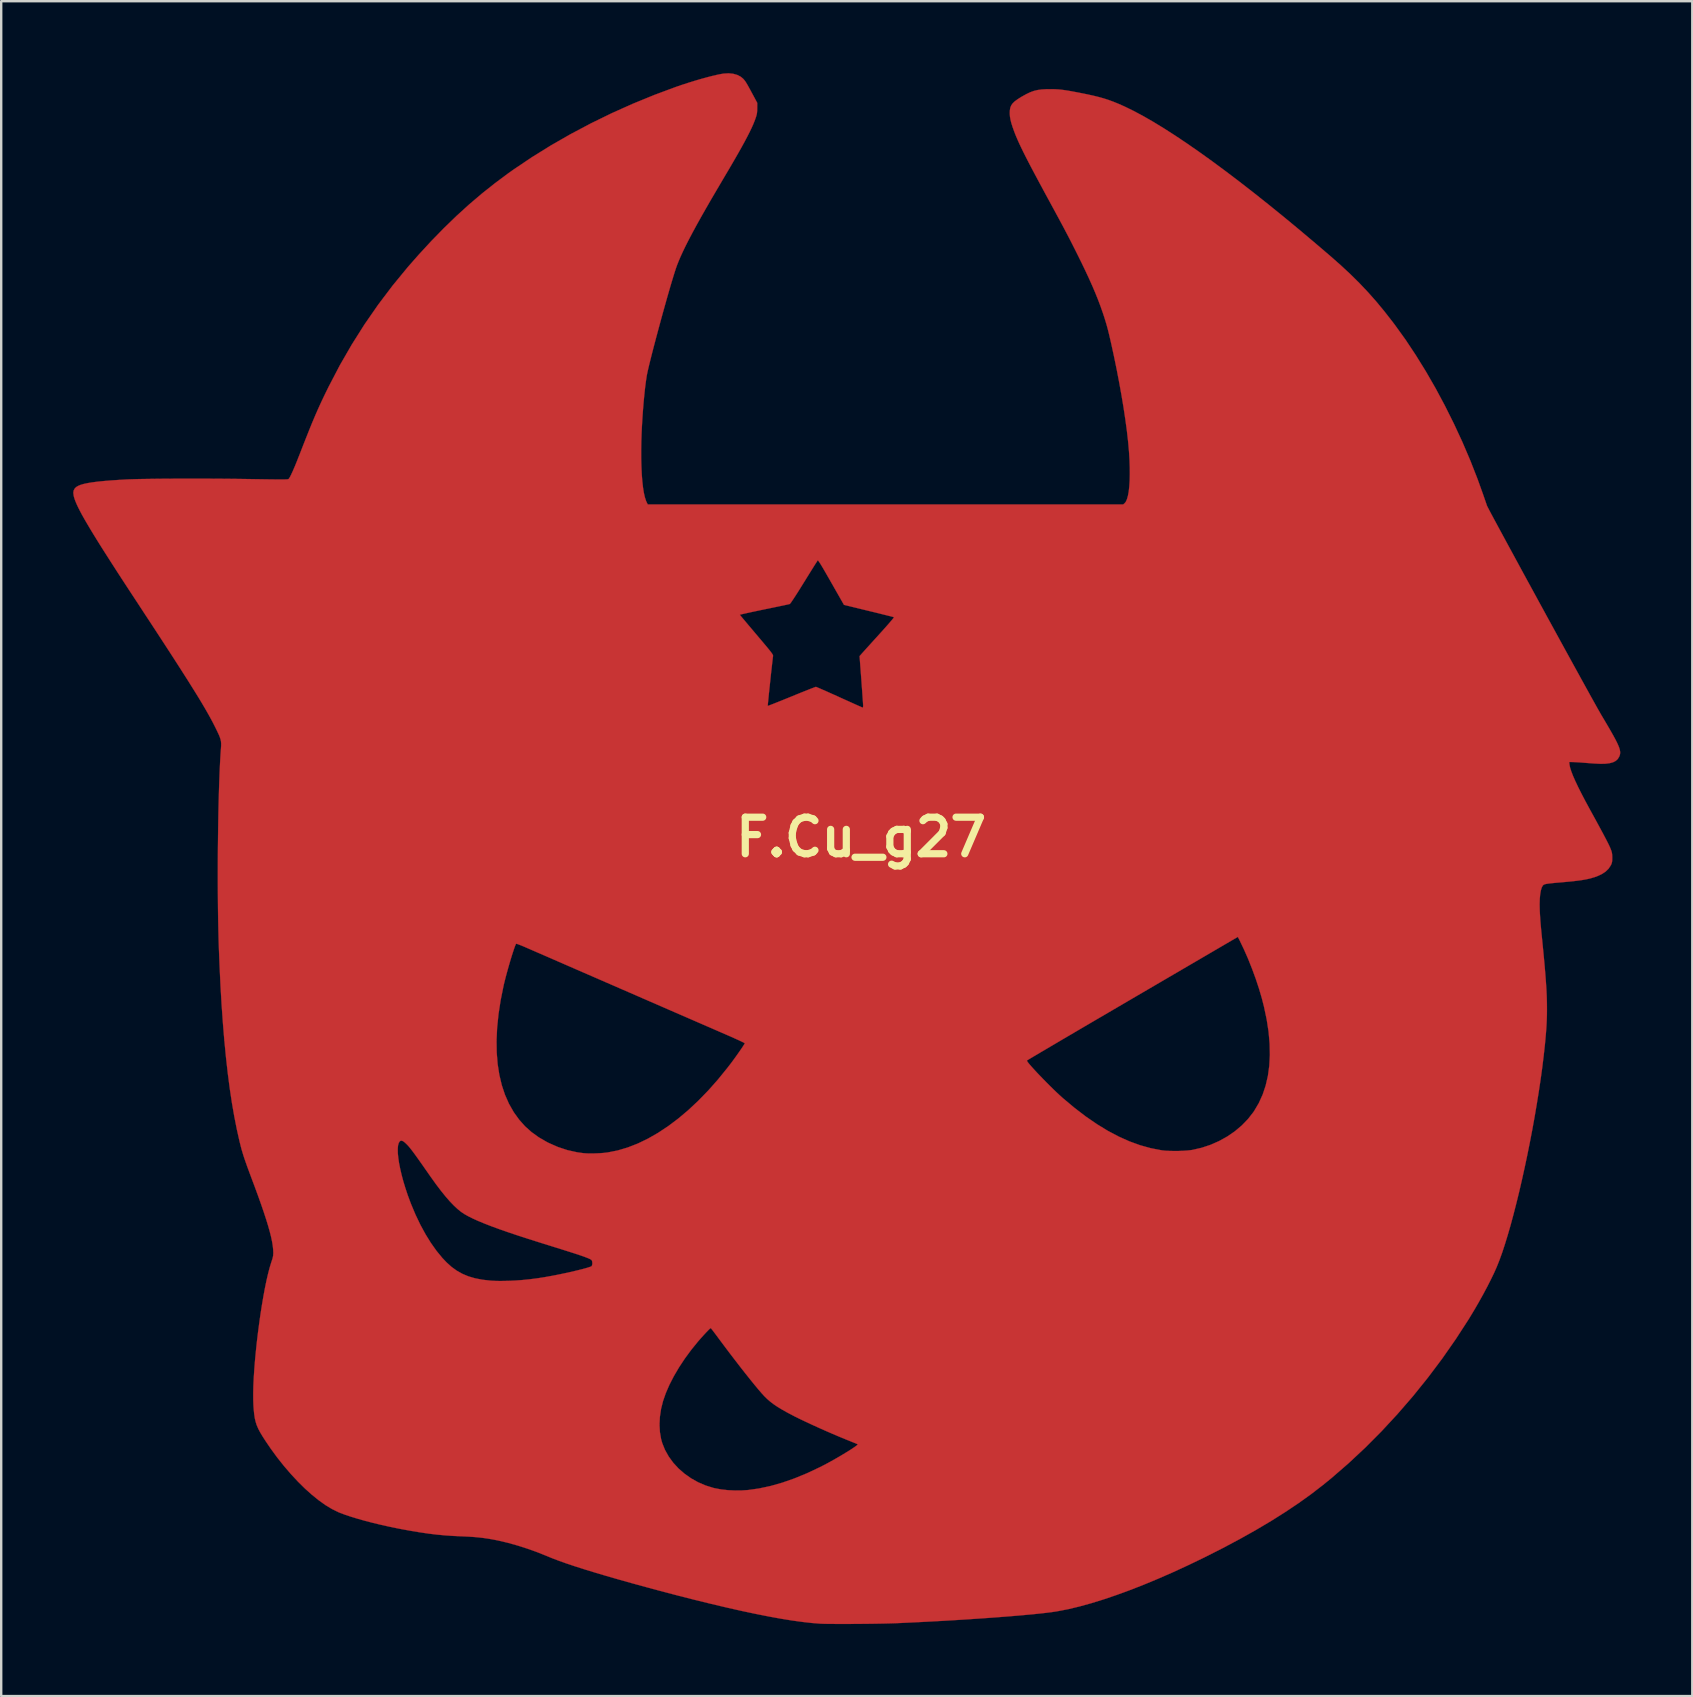
<source format=kicad_pcb>
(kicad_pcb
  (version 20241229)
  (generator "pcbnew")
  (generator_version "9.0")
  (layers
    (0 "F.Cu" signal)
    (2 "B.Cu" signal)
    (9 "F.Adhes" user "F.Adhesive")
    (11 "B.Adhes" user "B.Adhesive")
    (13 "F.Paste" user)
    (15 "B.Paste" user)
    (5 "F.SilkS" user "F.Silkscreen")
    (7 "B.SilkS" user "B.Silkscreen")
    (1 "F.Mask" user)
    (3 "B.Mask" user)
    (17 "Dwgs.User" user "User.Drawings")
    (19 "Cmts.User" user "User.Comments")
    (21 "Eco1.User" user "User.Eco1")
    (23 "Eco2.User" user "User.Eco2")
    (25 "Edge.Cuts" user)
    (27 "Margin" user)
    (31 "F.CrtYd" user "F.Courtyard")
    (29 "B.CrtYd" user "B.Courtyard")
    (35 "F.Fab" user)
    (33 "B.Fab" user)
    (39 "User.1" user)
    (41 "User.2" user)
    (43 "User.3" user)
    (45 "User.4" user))
  (footprint "F.Cu_g27"
    (layer "F.Cu")
    (at 32.827 31.831)
    (property "Reference" "F.Cu_g27" (at 0 0 0) (layer "F.SilkS") (effects (font (size 1.524 1.524) (thickness 0.3))))
    (attr through_hole)
    (fp_poly (pts (xy -5.335 -31.808) (xy -5.164 -31.76) (xy -5.017 -31.685) (xy -4.921 -31.606) (xy -4.888 -31.57) (xy -4.856 -31.532) (xy -4.823 -31.487) (xy -4.786 -31.43) (xy -4.742 -31.356) (xy -4.688 -31.26) (xy -4.62 -31.137) (xy -4.537 -30.982) (xy -4.517 -30.946) (xy -4.329 -30.596) (xy -4.33 -30.374) (xy -4.332 -30.262) (xy -4.339 -30.174) (xy -4.355 -30.093) (xy -4.382 -30.001) (xy -4.399 -29.951) (xy -4.444 -29.828) (xy -4.499 -29.694) (xy -4.566 -29.546) (xy -4.645 -29.381) (xy -4.739 -29.197) (xy -4.847 -28.992) (xy -4.972 -28.764) (xy -5.115 -28.51) (xy -5.277 -28.228) (xy -5.458 -27.916) (xy -5.662 -27.571) (xy -5.725 -27.464) (xy -5.995 -27.006) (xy -6.243 -26.583) (xy -6.469 -26.191) (xy -6.674 -25.83) (xy -6.859 -25.497) (xy -7.025 -25.191) (xy -7.173 -24.91) (xy -7.304 -24.653) (xy -7.418 -24.418) (xy -7.517 -24.203) (xy -7.601 -24.006) (xy -7.672 -23.827) (xy -7.716 -23.702) (xy -7.763 -23.558) (xy -7.818 -23.382) (xy -7.88 -23.178) (xy -7.948 -22.95) (xy -8.02 -22.701) (xy -8.096 -22.436) (xy -8.174 -22.158) (xy -8.254 -21.872) (xy -8.334 -21.581) (xy -8.413 -21.289) (xy -8.491 -21.001) (xy -8.566 -20.719) (xy -8.637 -20.449) (xy -8.703 -20.194) (xy -8.763 -19.957) (xy -8.816 -19.743) (xy -8.861 -19.556) (xy -8.897 -19.399) (xy -8.922 -19.277) (xy -8.932 -19.226) (xy -8.967 -18.99) (xy -9.002 -18.719) (xy -9.034 -18.418) (xy -9.065 -18.095) (xy -9.092 -17.756) (xy -9.116 -17.408) (xy -9.136 -17.056) (xy -9.144 -16.891) (xy -9.158 -16.498) (xy -9.164 -16.121) (xy -9.163 -15.763) (xy -9.154 -15.427) (xy -9.139 -15.116) (xy -9.117 -14.832) (xy -9.088 -14.577) (xy -9.053 -14.355) (xy -9.011 -14.168) (xy -8.963 -14.019) (xy -8.933 -13.951) (xy -8.889 -13.864) (xy 10.916 -13.864) (xy 10.971 -13.907) (xy 11.028 -13.975) (xy 11.076 -14.083) (xy 11.117 -14.227) (xy 11.15 -14.405) (xy 11.173 -14.615) (xy 11.189 -14.854) (xy 11.195 -15.119) (xy 11.193 -15.41) (xy 11.182 -15.721) (xy 11.162 -16.053) (xy 11.132 -16.401) (xy 11.122 -16.499) (xy 11.073 -16.93) (xy 11.01 -17.394) (xy 10.936 -17.888) (xy 10.85 -18.404) (xy 10.754 -18.937) (xy 10.649 -19.483) (xy 10.536 -20.034) (xy 10.423 -20.553) (xy 10.369 -20.788) (xy 10.321 -20.991) (xy 10.276 -21.17) (xy 10.231 -21.335) (xy 10.184 -21.494) (xy 10.133 -21.658) (xy 10.075 -21.834) (xy 10.062 -21.87) (xy 9.969 -22.136) (xy 9.867 -22.405) (xy 9.755 -22.683) (xy 9.631 -22.974) (xy 9.493 -23.282) (xy 9.338 -23.614) (xy 9.165 -23.973) (xy 9.024 -24.257) (xy 8.943 -24.42) (xy 8.867 -24.57) (xy 8.796 -24.711) (xy 8.727 -24.847) (xy 8.658 -24.981) (xy 8.586 -25.118) (xy 8.51 -25.263) (xy 8.428 -25.418) (xy 8.337 -25.588) (xy 8.235 -25.778) (xy 8.12 -25.99) (xy 7.99 -26.23) (xy 7.843 -26.501) (xy 7.768 -26.638) (xy 7.57 -27.004) (xy 7.392 -27.335) (xy 7.232 -27.634) (xy 7.089 -27.904) (xy 6.962 -28.148) (xy 6.849 -28.368) (xy 6.75 -28.566) (xy 6.663 -28.745) (xy 6.586 -28.908) (xy 6.519 -29.057) (xy 6.46 -29.194) (xy 6.408 -29.323) (xy 6.375 -29.411) (xy 6.307 -29.6) (xy 6.257 -29.76) (xy 6.223 -29.898) (xy 6.202 -30.021) (xy 6.194 -30.139) (xy 6.193 -30.163) (xy 6.198 -30.288) (xy 6.216 -30.395) (xy 6.253 -30.488) (xy 6.313 -30.574) (xy 6.399 -30.657) (xy 6.516 -30.743) (xy 6.667 -30.839) (xy 6.696 -30.856) (xy 6.879 -30.958) (xy 7.042 -31.036) (xy 7.198 -31.093) (xy 7.357 -31.131) (xy 7.53 -31.154) (xy 7.728 -31.165) (xy 7.853 -31.166) (xy 7.984 -31.165) (xy 8.103 -31.162) (xy 8.218 -31.155) (xy 8.335 -31.144) (xy 8.461 -31.128) (xy 8.602 -31.107) (xy 8.765 -31.078) (xy 8.958 -31.042) (xy 9.144 -31.006) (xy 9.432 -30.948) (xy 9.685 -30.892) (xy 9.912 -30.836) (xy 10.121 -30.777) (xy 10.319 -30.713) (xy 10.514 -30.641) (xy 10.715 -30.559) (xy 10.928 -30.465) (xy 10.986 -30.439) (xy 11.35 -30.261) (xy 11.742 -30.052) (xy 12.16 -29.812) (xy 12.604 -29.541) (xy 13.072 -29.241) (xy 13.564 -28.912) (xy 14.079 -28.555) (xy 14.617 -28.169) (xy 15.176 -27.756) (xy 15.756 -27.316) (xy 16.356 -26.85) (xy 16.975 -26.358) (xy 17.613 -25.841) (xy 18.268 -25.299) (xy 18.94 -24.733) (xy 19.569 -24.195) (xy 19.996 -23.818) (xy 20.391 -23.45) (xy 20.762 -23.083) (xy 21.114 -22.711) (xy 21.456 -22.325) (xy 21.793 -21.918) (xy 22.133 -21.483) (xy 22.244 -21.336) (xy 22.682 -20.728) (xy 23.111 -20.082) (xy 23.531 -19.403) (xy 23.937 -18.698) (xy 24.327 -17.969) (xy 24.699 -17.223) (xy 25.051 -16.464) (xy 25.379 -15.697) (xy 25.681 -14.926) (xy 25.907 -14.298) (xy 25.951 -14.17) (xy 25.993 -14.049) (xy 26.03 -13.942) (xy 26.059 -13.859) (xy 26.075 -13.811) (xy 26.09 -13.78) (xy 26.124 -13.714) (xy 26.175 -13.615) (xy 26.244 -13.485) (xy 26.329 -13.326) (xy 26.429 -13.14) (xy 26.543 -12.929) (xy 26.669 -12.696) (xy 26.807 -12.441) (xy 26.955 -12.167) (xy 27.113 -11.877) (xy 27.279 -11.572) (xy 27.451 -11.254) (xy 27.63 -10.925) (xy 27.814 -10.588) (xy 28.002 -10.244) (xy 28.192 -9.895) (xy 28.384 -9.544) (xy 28.576 -9.192) (xy 28.768 -8.842) (xy 28.958 -8.495) (xy 29.145 -8.153) (xy 29.328 -7.819) (xy 29.506 -7.495) (xy 29.678 -7.182) (xy 29.843 -6.882) (xy 29.999 -6.598) (xy 30.146 -6.332) (xy 30.282 -6.086) (xy 30.406 -5.861) (xy 30.518 -5.66) (xy 30.616 -5.485) (xy 30.698 -5.337) (xy 30.765 -5.22) (xy 30.814 -5.134) (xy 30.833 -5.101) (xy 30.993 -4.832) (xy 31.132 -4.595) (xy 31.251 -4.389) (xy 31.351 -4.211) (xy 31.434 -4.058) (xy 31.5 -3.926) (xy 31.55 -3.814) (xy 31.587 -3.719) (xy 31.61 -3.638) (xy 31.622 -3.567) (xy 31.624 -3.505) (xy 31.616 -3.448) (xy 31.6 -3.394) (xy 31.583 -3.354) (xy 31.524 -3.258) (xy 31.44 -3.181) (xy 31.33 -3.124) (xy 31.19 -3.085) (xy 31.018 -3.063) (xy 30.812 -3.058) (xy 30.577 -3.069) (xy 30.437 -3.079) (xy 30.285 -3.09) (xy 30.138 -3.101) (xy 30.014 -3.111) (xy 30.004 -3.112) (xy 29.89 -3.12) (xy 29.777 -3.126) (xy 29.681 -3.131) (xy 29.625 -3.132) (xy 29.501 -3.133) (xy 29.514 -3.014) (xy 29.538 -2.898) (xy 29.586 -2.747) (xy 29.657 -2.563) (xy 29.752 -2.346) (xy 29.87 -2.097) (xy 30.011 -1.816) (xy 30.174 -1.504) (xy 30.352 -1.175) (xy 30.512 -0.884) (xy 30.652 -0.628) (xy 30.773 -0.404) (xy 30.878 -0.21) (xy 30.967 -0.043) (xy 31.041 0.098) (xy 31.101 0.216) (xy 31.15 0.314) (xy 31.187 0.394) (xy 31.215 0.457) (xy 31.215 0.458) (xy 31.253 0.554) (xy 31.276 0.629) (xy 31.288 0.702) (xy 31.293 0.789) (xy 31.294 0.847) (xy 31.293 0.947) (xy 31.287 1.019) (xy 31.274 1.077) (xy 31.252 1.134) (xy 31.236 1.168) (xy 31.142 1.311) (xy 31.01 1.438) (xy 30.839 1.547) (xy 30.631 1.64) (xy 30.39 1.714) (xy 30.277 1.74) (xy 30.157 1.764) (xy 30.023 1.787) (xy 29.872 1.808) (xy 29.697 1.829) (xy 29.493 1.85) (xy 29.255 1.872) (xy 29.116 1.884) (xy 28.93 1.9) (xy 28.781 1.915) (xy 28.665 1.928) (xy 28.577 1.94) (xy 28.512 1.953) (xy 28.466 1.967) (xy 28.434 1.984) (xy 28.411 2.003) (xy 28.401 2.015) (xy 28.355 2.101) (xy 28.318 2.225) (xy 28.291 2.384) (xy 28.274 2.575) (xy 28.268 2.794) (xy 28.273 3.039) (xy 28.278 3.143) (xy 28.284 3.239) (xy 28.289 3.323) (xy 28.294 3.402) (xy 28.299 3.48) (xy 28.306 3.561) (xy 28.313 3.651) (xy 28.323 3.755) (xy 28.334 3.877) (xy 28.348 4.023) (xy 28.366 4.198) (xy 28.386 4.407) (xy 28.404 4.583) (xy 28.445 5.005) (xy 28.48 5.39) (xy 28.509 5.741) (xy 28.533 6.064) (xy 28.552 6.363) (xy 28.565 6.642) (xy 28.572 6.906) (xy 28.574 7.159) (xy 28.572 7.405) (xy 28.564 7.649) (xy 28.551 7.896) (xy 28.533 8.149) (xy 28.51 8.414) (xy 28.489 8.636) (xy 28.438 9.102) (xy 28.379 9.587) (xy 28.31 10.088) (xy 28.233 10.601) (xy 28.149 11.123) (xy 28.059 11.652) (xy 27.963 12.183) (xy 27.861 12.713) (xy 27.755 13.24) (xy 27.645 13.76) (xy 27.532 14.271) (xy 27.417 14.768) (xy 27.299 15.249) (xy 27.181 15.71) (xy 27.063 16.148) (xy 26.944 16.561) (xy 26.827 16.944) (xy 26.712 17.295) (xy 26.598 17.611) (xy 26.488 17.887) (xy 26.48 17.907) (xy 26.369 18.156) (xy 26.235 18.433) (xy 26.084 18.73) (xy 25.918 19.041) (xy 25.74 19.36) (xy 25.555 19.68) (xy 25.366 19.994) (xy 25.309 20.087) (xy 24.773 20.914) (xy 24.207 21.725) (xy 23.612 22.517) (xy 22.992 23.287) (xy 22.348 24.031) (xy 21.684 24.748) (xy 21.002 25.434) (xy 20.305 26.085) (xy 19.596 26.7) (xy 19.236 26.993) (xy 18.747 27.37) (xy 18.225 27.744) (xy 17.668 28.117) (xy 17.077 28.49) (xy 16.448 28.863) (xy 15.781 29.237) (xy 15.075 29.613) (xy 14.329 29.991) (xy 14.235 30.037) (xy 13.604 30.341) (xy 12.983 30.627) (xy 12.375 30.893) (xy 11.781 31.14) (xy 11.203 31.366) (xy 10.645 31.57) (xy 10.107 31.753) (xy 9.593 31.912) (xy 9.105 32.047) (xy 8.645 32.158) (xy 8.214 32.242) (xy 8.123 32.258) (xy 7.941 32.285) (xy 7.719 32.313) (xy 7.461 32.342) (xy 7.17 32.372) (xy 6.847 32.402) (xy 6.497 32.433) (xy 6.121 32.464) (xy 5.723 32.495) (xy 5.306 32.526) (xy 4.872 32.556) (xy 4.424 32.586) (xy 3.966 32.615) (xy 3.5 32.643) (xy 3.029 32.669) (xy 2.555 32.694) (xy 2.083 32.717) (xy 1.614 32.739) (xy 1.45 32.746) (xy 1.297 32.751) (xy 1.115 32.756) (xy 0.909 32.761) (xy 0.683 32.765) (xy 0.443 32.769) (xy 0.193 32.772) (xy -0.062 32.774) (xy -0.316 32.776) (xy -0.564 32.777) (xy -0.802 32.777) (xy -1.025 32.777) (xy -1.228 32.775) (xy -1.406 32.774) (xy -1.553 32.771) (xy -1.665 32.767) (xy -1.702 32.765) (xy -2.055 32.737) (xy -2.446 32.693) (xy -2.876 32.634) (xy -3.344 32.558) (xy -3.85 32.466) (xy -4.394 32.358) (xy -4.976 32.235) (xy -5.595 32.095) (xy -6.252 31.94) (xy -6.945 31.77) (xy -7.675 31.584) (xy -8.441 31.382) (xy -8.932 31.249) (xy -9.536 31.084) (xy -10.098 30.926) (xy -10.619 30.776) (xy -11.099 30.633) (xy -11.537 30.499) (xy -11.934 30.372) (xy -12.289 30.253) (xy -12.604 30.141) (xy -12.877 30.037) (xy -13.069 29.958) (xy -13.474 29.795) (xy -13.894 29.644) (xy -14.317 29.509) (xy -14.733 29.393) (xy -15.132 29.299) (xy -15.315 29.263) (xy -15.521 29.227) (xy -15.716 29.198) (xy -15.909 29.175) (xy -16.111 29.156) (xy -16.333 29.141) (xy -16.583 29.129) (xy -16.681 29.125) (xy -17.019 29.109) (xy -17.348 29.086) (xy -17.677 29.055) (xy -18.012 29.015) (xy -18.361 28.964) (xy -18.733 28.903) (xy -19.134 28.83) (xy -19.315 28.795) (xy -19.66 28.724) (xy -20.003 28.647) (xy -20.337 28.567) (xy -20.657 28.484) (xy -20.959 28.399) (xy -21.236 28.315) (xy -21.485 28.233) (xy -21.699 28.153) (xy -21.787 28.117) (xy -22.047 27.989) (xy -22.318 27.825) (xy -22.598 27.625) (xy -22.885 27.393) (xy -23.176 27.132) (xy -23.468 26.843) (xy -23.759 26.53) (xy -24.047 26.195) (xy -24.328 25.841) (xy -24.6 25.469) (xy -24.812 25.157) (xy -24.937 24.963) (xy -25.038 24.794) (xy -25.118 24.642) (xy -25.18 24.497) (xy -25.189 24.469) (xy -8.401 24.469) (xy -8.384 24.779) (xy -8.334 25.072) (xy -8.287 25.24) (xy -8.171 25.528) (xy -8.017 25.802) (xy -7.829 26.06) (xy -7.61 26.299) (xy -7.362 26.515) (xy -7.089 26.708) (xy -6.795 26.873) (xy -6.482 27.008) (xy -6.153 27.11) (xy -6.085 27.126) (xy -5.832 27.173) (xy -5.552 27.204) (xy -5.258 27.218) (xy -4.963 27.215) (xy -4.717 27.199) (xy -4.256 27.134) (xy -3.779 27.032) (xy -3.286 26.892) (xy -2.779 26.715) (xy -2.258 26.501) (xy -1.725 26.25) (xy -1.545 26.158) (xy -1.397 26.08) (xy -1.241 25.994) (xy -1.081 25.904) (xy -0.922 25.812) (xy -0.767 25.72) (xy -0.62 25.63) (xy -0.485 25.547) (xy -0.367 25.471) (xy -0.27 25.405) (xy -0.197 25.352) (xy -0.153 25.315) (xy -0.141 25.295) (xy -0.142 25.294) (xy -0.167 25.281) (xy -0.224 25.256) (xy -0.303 25.224) (xy -0.392 25.188) (xy -0.638 25.089) (xy -0.905 24.979) (xy -1.187 24.859) (xy -1.474 24.734) (xy -1.761 24.606) (xy -2.041 24.479) (xy -2.305 24.356) (xy -2.547 24.241) (xy -2.759 24.136) (xy -2.832 24.098) (xy -3.081 23.967) (xy -3.295 23.846) (xy -3.481 23.734) (xy -3.642 23.625) (xy -3.786 23.516) (xy -3.916 23.403) (xy -4.038 23.283) (xy -4.146 23.164) (xy -4.286 23.001) (xy -4.446 22.808) (xy -4.625 22.587) (xy -4.819 22.344) (xy -5.025 22.081) (xy -5.24 21.803) (xy -5.461 21.514) (xy -5.685 21.217) (xy -5.909 20.917) (xy -5.967 20.839) (xy -6.049 20.728) (xy -6.123 20.63) (xy -6.185 20.548) (xy -6.232 20.489) (xy -6.259 20.456) (xy -6.264 20.452) (xy -6.286 20.464) (xy -6.331 20.504) (xy -6.395 20.568) (xy -6.475 20.651) (xy -6.566 20.75) (xy -6.665 20.86) (xy -6.767 20.977) (xy -6.786 20.998) (xy -7.075 21.353) (xy -7.342 21.716) (xy -7.584 22.082) (xy -7.799 22.447) (xy -7.984 22.806) (xy -8.136 23.156) (xy -8.252 23.488) (xy -8.335 23.818) (xy -8.384 24.147) (xy -8.401 24.469) (xy -25.189 24.469) (xy -25.227 24.353) (xy -25.262 24.2) (xy -25.287 24.029) (xy -25.306 23.834) (xy -25.317 23.686) (xy -25.326 23.44) (xy -25.327 23.161) (xy -25.32 22.853) (xy -25.304 22.52) (xy -25.281 22.167) (xy -25.252 21.797) (xy -25.216 21.416) (xy -25.175 21.028) (xy -25.128 20.636) (xy -25.077 20.247) (xy -25.023 19.863) (xy -24.964 19.489) (xy -24.903 19.13) (xy -24.84 18.79) (xy -24.775 18.474) (xy -24.708 18.185) (xy -24.641 17.929) (xy -24.574 17.71) (xy -24.555 17.653) (xy -24.518 17.536) (xy -24.497 17.436) (xy -24.49 17.331) (xy -24.49 17.314) (xy -24.496 17.175) (xy -24.513 17.018) (xy -24.542 16.843) (xy -24.583 16.647) (xy -24.639 16.427) (xy -24.708 16.182) (xy -24.792 15.91) (xy -24.891 15.608) (xy -25.005 15.276) (xy -25.136 14.909) (xy -25.284 14.507) (xy -25.343 14.351) (xy -25.437 14.099) (xy -25.518 13.881) (xy -25.587 13.693) (xy -25.645 13.528) (xy -25.695 13.384) (xy -25.738 13.253) (xy -25.775 13.131) (xy -25.809 13.014) (xy -25.815 12.991) (xy -19.306 12.991) (xy -19.303 13.16) (xy -19.284 13.355) (xy -19.252 13.573) (xy -19.205 13.811) (xy -19.146 14.066) (xy -19.074 14.335) (xy -18.989 14.614) (xy -18.894 14.901) (xy -18.787 15.191) (xy -18.752 15.282) (xy -18.565 15.728) (xy -18.363 16.149) (xy -18.149 16.542) (xy -17.924 16.905) (xy -17.69 17.235) (xy -17.45 17.527) (xy -17.269 17.718) (xy -17.061 17.905) (xy -16.843 18.062) (xy -16.61 18.192) (xy -16.359 18.297) (xy -16.084 18.377) (xy -15.781 18.436) (xy -15.445 18.474) (xy -15.391 18.478) (xy -15.229 18.486) (xy -15.036 18.489) (xy -14.822 18.486) (xy -14.598 18.48) (xy -14.374 18.468) (xy -14.16 18.453) (xy -14.065 18.444) (xy -13.831 18.42) (xy -13.615 18.394) (xy -13.404 18.364) (xy -13.183 18.329) (xy -12.939 18.285) (xy -12.89 18.277) (xy -12.7 18.24) (xy -12.503 18.2) (xy -12.305 18.158) (xy -12.11 18.115) (xy -11.923 18.071) (xy -11.749 18.029) (xy -11.591 17.989) (xy -11.456 17.952) (xy -11.348 17.919) (xy -11.271 17.893) (xy -11.23 17.873) (xy -11.227 17.87) (xy -11.207 17.827) (xy -11.198 17.761) (xy -11.202 17.691) (xy -11.218 17.635) (xy -11.224 17.625) (xy -11.248 17.603) (xy -11.294 17.576) (xy -11.364 17.544) (xy -11.46 17.506) (xy -11.584 17.46) (xy -11.739 17.407) (xy -11.927 17.345) (xy -12.152 17.273) (xy -12.414 17.19) (xy -12.523 17.156) (xy -12.664 17.112) (xy -12.828 17.061) (xy -13.006 17.005) (xy -13.189 16.948) (xy -13.369 16.892) (xy -13.4 16.882) (xy -13.881 16.73) (xy -14.321 16.587) (xy -14.722 16.452) (xy -15.086 16.325) (xy -15.412 16.205) (xy -15.702 16.092) (xy -15.958 15.986) (xy -16.179 15.886) (xy -16.369 15.791) (xy -16.527 15.702) (xy -16.654 15.617) (xy -16.669 15.607) (xy -16.82 15.484) (xy -16.978 15.336) (xy -17.144 15.162) (xy -17.319 14.96) (xy -17.507 14.727) (xy -17.709 14.46) (xy -17.926 14.158) (xy -18.006 14.044) (xy -18.165 13.816) (xy -18.302 13.62) (xy -18.42 13.453) (xy -18.521 13.312) (xy -18.606 13.194) (xy -18.679 13.096) (xy -18.741 13.015) (xy -18.794 12.948) (xy -18.841 12.891) (xy -18.884 12.843) (xy -18.912 12.813) (xy -19.005 12.724) (xy -19.079 12.667) (xy -19.138 12.643) (xy -19.187 12.648) (xy -19.223 12.673) (xy -19.267 12.744) (xy -19.295 12.851) (xy -19.306 12.991) (xy -25.815 12.991) (xy -25.841 12.896) (xy -25.872 12.771) (xy -25.898 12.668) (xy -26.01 12.169) (xy -26.115 11.638) (xy -26.213 11.075) (xy -26.303 10.48) (xy -26.385 9.85) (xy -26.46 9.186) (xy -26.528 8.485) (xy -26.531 8.459) (xy -15.19 8.459) (xy -15.183 8.964) (xy -15.145 9.444) (xy -15.074 9.898) (xy -14.972 10.327) (xy -14.839 10.728) (xy -14.674 11.102) (xy -14.477 11.449) (xy -14.462 11.472) (xy -14.244 11.773) (xy -14.002 12.044) (xy -13.731 12.286) (xy -13.429 12.504) (xy -13.092 12.699) (xy -13.028 12.732) (xy -12.636 12.905) (xy -12.234 13.038) (xy -11.824 13.129) (xy -11.557 13.165) (xy -11.423 13.174) (xy -11.26 13.177) (xy -11.08 13.174) (xy -10.897 13.166) (xy -10.722 13.153) (xy -10.57 13.135) (xy -10.556 13.133) (xy -10.143 13.051) (xy -9.726 12.927) (xy -9.306 12.764) (xy -8.884 12.56) (xy -8.461 12.318) (xy -8.038 12.038) (xy -7.616 11.72) (xy -7.196 11.366) (xy -6.78 10.976) (xy -6.368 10.552) (xy -5.962 10.093) (xy -5.563 9.601) (xy -5.407 9.398) (xy -5.338 9.305) (xy 6.907 9.305) (xy 6.917 9.333) (xy 6.954 9.386) (xy 7.016 9.463) (xy 7.099 9.558) (xy 7.2 9.67) (xy 7.315 9.795) (xy 7.442 9.928) (xy 7.577 10.068) (xy 7.717 10.211) (xy 7.859 10.353) (xy 8 10.492) (xy 8.136 10.623) (xy 8.265 10.743) (xy 8.383 10.85) (xy 8.412 10.876) (xy 8.89 11.276) (xy 9.36 11.636) (xy 9.823 11.954) (xy 10.28 12.233) (xy 10.732 12.472) (xy 11.179 12.672) (xy 11.623 12.833) (xy 12.065 12.956) (xy 12.504 13.041) (xy 12.552 13.048) (xy 12.688 13.062) (xy 12.854 13.07) (xy 13.039 13.073) (xy 13.231 13.072) (xy 13.42 13.065) (xy 13.594 13.053) (xy 13.742 13.037) (xy 13.801 13.028) (xy 14.187 12.939) (xy 14.56 12.815) (xy 14.918 12.657) (xy 15.256 12.469) (xy 15.572 12.252) (xy 15.861 12.008) (xy 16.12 11.74) (xy 16.345 11.45) (xy 16.374 11.407) (xy 16.568 11.078) (xy 16.729 10.724) (xy 16.855 10.346) (xy 16.948 9.944) (xy 17.006 9.519) (xy 17.03 9.071) (xy 17.02 8.601) (xy 16.977 8.11) (xy 16.898 7.597) (xy 16.786 7.065) (xy 16.698 6.72) (xy 16.581 6.321) (xy 16.444 5.906) (xy 16.29 5.486) (xy 16.126 5.074) (xy 15.953 4.68) (xy 15.779 4.316) (xy 15.767 4.293) (xy 15.695 4.152) (xy 11.304 6.718) (xy 10.906 6.951) (xy 10.518 7.178) (xy 10.141 7.399) (xy 9.776 7.612) (xy 9.426 7.817) (xy 9.092 8.013) (xy 8.776 8.199) (xy 8.478 8.373) (xy 8.202 8.536) (xy 7.948 8.686) (xy 7.717 8.822) (xy 7.512 8.942) (xy 7.334 9.048) (xy 7.185 9.136) (xy 7.066 9.207) (xy 6.979 9.259) (xy 6.925 9.292) (xy 6.907 9.305) (xy 6.907 9.305) (xy -5.338 9.305) (xy -5.327 9.29) (xy -5.243 9.174) (xy -5.158 9.055) (xy -5.077 8.939) (xy -5.002 8.831) (xy -4.938 8.736) (xy -4.889 8.659) (xy -4.857 8.607) (xy -4.847 8.584) (xy -4.866 8.571) (xy -4.92 8.543) (xy -5.004 8.502) (xy -5.115 8.45) (xy -5.249 8.39) (xy -5.401 8.321) (xy -5.568 8.248) (xy -5.646 8.214) (xy -5.84 8.13) (xy -6.04 8.043) (xy -6.238 7.956) (xy -6.428 7.874) (xy -6.601 7.799) (xy -6.75 7.734) (xy -6.868 7.683) (xy -6.869 7.682) (xy -6.98 7.634) (xy -7.124 7.571) (xy -7.298 7.496) (xy -7.499 7.408) (xy -7.724 7.311) (xy -7.969 7.204) (xy -8.231 7.09) (xy -8.508 6.969) (xy -8.796 6.844) (xy -9.093 6.715) (xy -9.394 6.583) (xy -9.698 6.451) (xy -10 6.32) (xy -10.297 6.19) (xy -10.588 6.064) (xy -10.868 5.942) (xy -11.134 5.826) (xy -11.383 5.718) (xy -11.613 5.618) (xy -11.82 5.528) (xy -12 5.449) (xy -12.152 5.383) (xy -12.271 5.331) (xy -12.355 5.295) (xy -12.361 5.292) (xy -12.627 5.176) (xy -12.857 5.076) (xy -13.055 4.989) (xy -13.226 4.915) (xy -13.372 4.851) (xy -13.498 4.797) (xy -13.607 4.749) (xy -13.702 4.708) (xy -13.787 4.671) (xy -13.867 4.636) (xy -13.944 4.603) (xy -14.021 4.569) (xy -14.132 4.522) (xy -14.229 4.484) (xy -14.306 4.455) (xy -14.357 4.44) (xy -14.374 4.439) (xy -14.394 4.475) (xy -14.423 4.547) (xy -14.46 4.65) (xy -14.503 4.779) (xy -14.551 4.929) (xy -14.602 5.095) (xy -14.654 5.271) (xy -14.706 5.453) (xy -14.757 5.636) (xy -14.805 5.814) (xy -14.848 5.983) (xy -14.886 6.138) (xy -14.899 6.198) (xy -15.02 6.798) (xy -15.108 7.375) (xy -15.165 7.929) (xy -15.19 8.459) (xy -26.531 8.459) (xy -26.589 7.748) (xy -26.644 6.972) (xy -26.691 6.158) (xy -26.731 5.303) (xy -26.755 4.688) (xy -26.768 4.285) (xy -26.779 3.855) (xy -26.788 3.404) (xy -26.795 2.934) (xy -26.799 2.449) (xy -26.802 1.954) (xy -26.802 1.452) (xy -26.801 0.947) (xy -26.798 0.443) (xy -26.792 -0.057) (xy -26.785 -0.549) (xy -26.777 -1.029) (xy -26.766 -1.492) (xy -26.754 -1.936) (xy -26.74 -2.357) (xy -26.725 -2.75) (xy -26.708 -3.112) (xy -26.689 -3.439) (xy -26.67 -3.711) (xy -26.663 -3.818) (xy -26.663 -3.91) (xy -26.67 -3.994) (xy -26.688 -4.077) (xy -26.718 -4.169) (xy -26.762 -4.276) (xy -26.823 -4.406) (xy -26.878 -4.52) (xy -26.943 -4.65) (xy -27.012 -4.785) (xy -27.087 -4.926) (xy -27.169 -5.075) (xy -27.259 -5.234) (xy -27.357 -5.403) (xy -27.465 -5.586) (xy -27.584 -5.784) (xy -27.715 -5.997) (xy -27.859 -6.228) (xy -28.016 -6.479) (xy -28.189 -6.751) (xy -28.377 -7.046) (xy -28.582 -7.365) (xy -28.805 -7.71) (xy -29.047 -8.082) (xy -29.309 -8.484) (xy -29.592 -8.917) (xy -29.822 -9.267) (xy -5.054 -9.267) (xy -5.039 -9.249) (xy -5 -9.201) (xy -4.939 -9.127) (xy -4.858 -9.031) (xy -4.76 -8.914) (xy -4.648 -8.781) (xy -4.524 -8.634) (xy -4.391 -8.476) (xy -4.353 -8.432) (xy -4.197 -8.247) (xy -4.066 -8.092) (xy -3.958 -7.963) (xy -3.871 -7.858) (xy -3.803 -7.774) (xy -3.752 -7.708) (xy -3.715 -7.657) (xy -3.69 -7.619) (xy -3.676 -7.591) (xy -3.67 -7.569) (xy -3.669 -7.552) (xy -3.67 -7.547) (xy -3.676 -7.501) (xy -3.686 -7.42) (xy -3.699 -7.311) (xy -3.714 -7.177) (xy -3.731 -7.024) (xy -3.75 -6.857) (xy -3.769 -6.68) (xy -3.788 -6.499) (xy -3.807 -6.318) (xy -3.826 -6.143) (xy -3.843 -5.978) (xy -3.858 -5.827) (xy -3.871 -5.697) (xy -3.881 -5.592) (xy -3.888 -5.517) (xy -3.89 -5.476) (xy -3.89 -5.471) (xy -3.869 -5.476) (xy -3.813 -5.497) (xy -3.725 -5.531) (xy -3.609 -5.576) (xy -3.469 -5.632) (xy -3.309 -5.696) (xy -3.132 -5.768) (xy -2.942 -5.845) (xy -2.898 -5.863) (xy -2.705 -5.942) (xy -2.523 -6.016) (xy -2.356 -6.083) (xy -2.209 -6.141) (xy -2.084 -6.191) (xy -1.986 -6.228) (xy -1.919 -6.253) (xy -1.886 -6.264) (xy -1.884 -6.265) (xy -1.859 -6.256) (xy -1.799 -6.231) (xy -1.709 -6.192) (xy -1.591 -6.141) (xy -1.45 -6.079) (xy -1.29 -6.007) (xy -1.114 -5.929) (xy -0.927 -5.844) (xy -0.9 -5.831) (xy -0.711 -5.746) (xy -0.535 -5.667) (xy -0.374 -5.594) (xy -0.232 -5.53) (xy -0.113 -5.477) (xy -0.021 -5.437) (xy 0.04 -5.41) (xy 0.068 -5.399) (xy 0.069 -5.398) (xy 0.079 -5.416) (xy 0.084 -5.462) (xy 0.085 -5.477) (xy 0.083 -5.514) (xy 0.079 -5.588) (xy 0.072 -5.696) (xy 0.062 -5.832) (xy 0.051 -5.992) (xy 0.038 -6.172) (xy 0.024 -6.366) (xy 0.011 -6.547) (xy -0.004 -6.747) (xy -0.018 -6.934) (xy -0.031 -7.104) (xy -0.042 -7.252) (xy -0.051 -7.374) (xy -0.058 -7.466) (xy -0.062 -7.525) (xy -0.064 -7.545) (xy -0.05 -7.561) (xy -0.01 -7.606) (xy 0.053 -7.677) (xy 0.136 -7.769) (xy 0.237 -7.882) (xy 0.354 -8.01) (xy 0.482 -8.152) (xy 0.621 -8.305) (xy 0.665 -8.353) (xy 0.822 -8.527) (xy 0.963 -8.684) (xy 1.086 -8.823) (xy 1.189 -8.941) (xy 1.271 -9.037) (xy 1.329 -9.108) (xy 1.362 -9.152) (xy 1.369 -9.167) (xy 1.344 -9.175) (xy 1.282 -9.191) (xy 1.187 -9.215) (xy 1.063 -9.246) (xy 0.913 -9.283) (xy 0.743 -9.326) (xy 0.556 -9.372) (xy 0.355 -9.42) (xy 0.315 -9.43) (xy -0.714 -9.681) (xy -1.249 -10.62) (xy -1.373 -10.837) (xy -1.477 -11.018) (xy -1.564 -11.168) (xy -1.635 -11.289) (xy -1.692 -11.382) (xy -1.736 -11.45) (xy -1.768 -11.497) (xy -1.79 -11.524) (xy -1.805 -11.534) (xy -1.81 -11.532) (xy -1.826 -11.509) (xy -1.862 -11.453) (xy -1.916 -11.369) (xy -1.985 -11.259) (xy -2.067 -11.128) (xy -2.16 -10.978) (xy -2.262 -10.814) (xy -2.37 -10.639) (xy -2.383 -10.618) (xy -2.516 -10.405) (xy -2.633 -10.217) (xy -2.736 -10.057) (xy -2.822 -9.925) (xy -2.89 -9.824) (xy -2.939 -9.755) (xy -2.968 -9.721) (xy -2.973 -9.717) (xy -3.002 -9.71) (xy -3.068 -9.695) (xy -3.167 -9.673) (xy -3.295 -9.646) (xy -3.448 -9.614) (xy -3.622 -9.578) (xy -3.812 -9.538) (xy -4.014 -9.497) (xy -4.038 -9.492) (xy -4.239 -9.45) (xy -4.427 -9.41) (xy -4.597 -9.374) (xy -4.747 -9.341) (xy -4.871 -9.314) (xy -4.966 -9.292) (xy -5.028 -9.276) (xy -5.053 -9.268) (xy -5.054 -9.267) (xy -29.822 -9.267) (xy -29.898 -9.383) (xy -30.081 -9.663) (xy -30.392 -10.136) (xy -30.679 -10.575) (xy -30.944 -10.982) (xy -31.187 -11.359) (xy -31.409 -11.706) (xy -31.612 -12.025) (xy -31.796 -12.318) (xy -31.961 -12.585) (xy -32.109 -12.828) (xy -32.24 -13.049) (xy -32.356 -13.248) (xy -32.457 -13.428) (xy -32.543 -13.589) (xy -32.616 -13.733) (xy -32.677 -13.862) (xy -32.726 -13.976) (xy -32.764 -14.077) (xy -32.792 -14.166) (xy -32.808 -14.234) (xy -32.822 -14.349) (xy -32.81 -14.441) (xy -32.768 -14.521) (xy -32.75 -14.544) (xy -32.695 -14.594) (xy -32.617 -14.639) (xy -32.515 -14.681) (xy -32.385 -14.719) (xy -32.226 -14.753) (xy -32.036 -14.784) (xy -31.814 -14.813) (xy -31.556 -14.839) (xy -31.262 -14.863) (xy -30.929 -14.886) (xy -30.639 -14.903) (xy -30.486 -14.91) (xy -30.294 -14.916) (xy -30.067 -14.922) (xy -29.809 -14.926) (xy -29.523 -14.93) (xy -29.213 -14.934) (xy -28.883 -14.936) (xy -28.536 -14.938) (xy -28.176 -14.939) (xy -27.807 -14.939) (xy -27.433 -14.939) (xy -27.056 -14.937) (xy -26.682 -14.935) (xy -26.312 -14.932) (xy -25.952 -14.928) (xy -25.604 -14.923) (xy -25.595 -14.923) (xy -25.285 -14.918) (xy -25.014 -14.914) (xy -24.781 -14.91) (xy -24.581 -14.908) (xy -24.413 -14.906) (xy -24.273 -14.905) (xy -24.159 -14.905) (xy -24.068 -14.905) (xy -23.997 -14.907) (xy -23.944 -14.909) (xy -23.906 -14.912) (xy -23.879 -14.916) (xy -23.862 -14.921) (xy -23.851 -14.927) (xy -23.844 -14.934) (xy -23.843 -14.936) (xy -23.802 -14.999) (xy -23.748 -15.103) (xy -23.682 -15.247) (xy -23.603 -15.429) (xy -23.512 -15.651) (xy -23.409 -15.911) (xy -23.361 -16.034) (xy -23.228 -16.375) (xy -23.107 -16.681) (xy -22.997 -16.958) (xy -22.895 -17.21) (xy -22.798 -17.442) (xy -22.705 -17.659) (xy -22.613 -17.867) (xy -22.521 -18.07) (xy -22.425 -18.274) (xy -22.325 -18.483) (xy -22.217 -18.702) (xy -22.18 -18.777) (xy -21.718 -19.663) (xy -21.22 -20.526) (xy -20.688 -21.368) (xy -20.119 -22.189) (xy -19.513 -22.99) (xy -18.869 -23.773) (xy -18.434 -24.267) (xy -17.904 -24.842) (xy -17.379 -25.38) (xy -16.857 -25.885) (xy -16.332 -26.362) (xy -15.8 -26.815) (xy -15.255 -27.248) (xy -14.695 -27.665) (xy -14.467 -27.826) (xy -13.712 -28.333) (xy -12.923 -28.823) (xy -12.103 -29.293) (xy -11.257 -29.741) (xy -10.391 -30.164) (xy -9.509 -30.559) (xy -8.615 -30.925) (xy -7.726 -31.256) (xy -7.472 -31.343) (xy -7.213 -31.427) (xy -6.953 -31.508) (xy -6.7 -31.583) (xy -6.457 -31.65) (xy -6.232 -31.709) (xy -6.03 -31.757) (xy -5.856 -31.793) (xy -5.728 -31.814) (xy -5.524 -31.826) (xy -5.335 -31.808)) (stroke (width 0.01) (type solid)) (fill yes) (layer "F.Cu")))
  (gr_rect
    (start -3 -3)
    (end 67.456 67.613)
    (stroke (width 0.1) (type default))
    (fill no)
    (layer "Edge.Cuts")))
</source>
